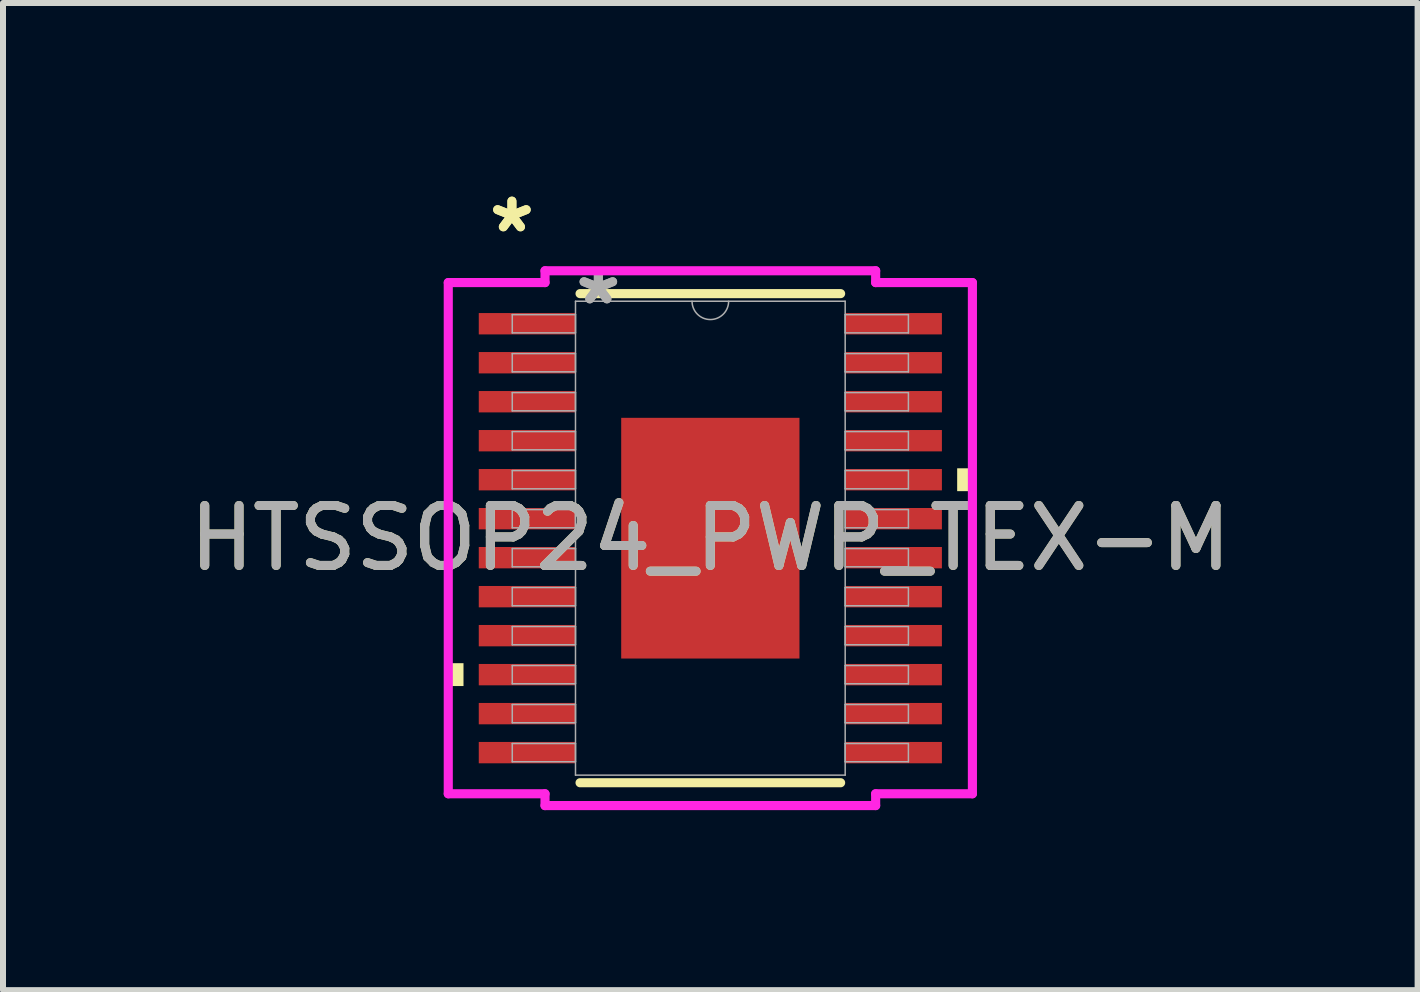
<source format=kicad_pcb>
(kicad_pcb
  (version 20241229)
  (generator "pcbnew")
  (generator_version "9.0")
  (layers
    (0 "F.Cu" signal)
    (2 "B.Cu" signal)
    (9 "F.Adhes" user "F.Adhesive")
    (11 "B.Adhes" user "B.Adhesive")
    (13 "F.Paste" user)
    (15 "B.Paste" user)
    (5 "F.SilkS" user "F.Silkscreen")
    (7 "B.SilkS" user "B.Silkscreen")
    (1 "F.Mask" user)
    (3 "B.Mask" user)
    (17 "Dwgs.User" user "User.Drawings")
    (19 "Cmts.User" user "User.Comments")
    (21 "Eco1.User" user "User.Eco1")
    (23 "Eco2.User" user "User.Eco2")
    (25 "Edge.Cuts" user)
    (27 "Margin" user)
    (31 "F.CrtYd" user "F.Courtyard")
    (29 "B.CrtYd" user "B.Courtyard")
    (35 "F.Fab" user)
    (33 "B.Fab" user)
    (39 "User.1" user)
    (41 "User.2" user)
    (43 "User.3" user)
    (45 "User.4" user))
  (footprint "HTSSOP24_PWP_TEX-M"
    (layer "F.Cu")
    (at 8.792 5.922)
    (property "Reference" "HTSSOP24_PWP_TEX-M" (at 0 0 0) (unlocked yes) (layer "F.SilkS") (effects (font (size 1 1) (thickness 0.15))))
    (attr smd)
    (fp_line (start -2.172 4.077) (end 2.172 4.077) (stroke (width 0.152) (type solid)) (layer "F.SilkS"))
    (fp_line (start 2.172 -4.077) (end -2.172 -4.077) (stroke (width 0.152) (type solid)) (layer "F.SilkS"))
    (fp_poly (pts (xy -4.369 2.084) (xy -4.369 2.465) (xy -4.115 2.465) (xy -4.115 2.084)) (stroke (width 0) (type solid)) (fill yes) (layer "F.SilkS"))
    (fp_poly (pts (xy 4.369 -1.165) (xy 4.369 -0.784) (xy 4.115 -0.784) (xy 4.115 -1.165)) (stroke (width 0) (type solid)) (fill yes) (layer "F.SilkS"))
    (fp_poly (pts (xy -1.386 -1.907) (xy -1.386 -0.769) (xy -0.1 -0.769) (xy -0.1 -1.907)) (stroke (width 0) (type solid)) (fill yes) (layer "F.Paste"))
    (fp_poly (pts (xy -1.386 -0.569) (xy -1.386 0.569) (xy -0.1 0.569) (xy -0.1 -0.569)) (stroke (width 0) (type solid)) (fill yes) (layer "F.Paste"))
    (fp_poly (pts (xy -1.386 0.769) (xy -1.386 1.907) (xy -0.1 1.907) (xy -0.1 0.769)) (stroke (width 0) (type solid)) (fill yes) (layer "F.Paste"))
    (fp_poly (pts (xy 0.1 -1.907) (xy 0.1 -0.769) (xy 1.386 -0.769) (xy 1.386 -1.907)) (stroke (width 0) (type solid)) (fill yes) (layer "F.Paste"))
    (fp_poly (pts (xy 0.1 -0.569) (xy 0.1 0.569) (xy 1.386 0.569) (xy 1.386 -0.569)) (stroke (width 0) (type solid)) (fill yes) (layer "F.Paste"))
    (fp_poly (pts (xy 0.1 0.769) (xy 0.1 1.907) (xy 1.386 1.907) (xy 1.386 0.769)) (stroke (width 0) (type solid)) (fill yes) (layer "F.Paste"))
    (fp_line (start -4.369 -4.261) (end -2.756 -4.261) (stroke (width 0.152) (type solid)) (layer "F.CrtYd"))
    (fp_line (start -4.369 4.261) (end -4.369 -4.261) (stroke (width 0.152) (type solid)) (layer "F.CrtYd"))
    (fp_line (start -4.369 4.261) (end -2.756 4.261) (stroke (width 0.152) (type solid)) (layer "F.CrtYd"))
    (fp_line (start -2.756 -4.458) (end 2.756 -4.458) (stroke (width 0.152) (type solid)) (layer "F.CrtYd"))
    (fp_line (start -2.756 -4.261) (end -2.756 -4.458) (stroke (width 0.152) (type solid)) (layer "F.CrtYd"))
    (fp_line (start -2.756 4.458) (end -2.756 4.261) (stroke (width 0.152) (type solid)) (layer "F.CrtYd"))
    (fp_line (start 2.756 -4.458) (end 2.756 -4.261) (stroke (width 0.152) (type solid)) (layer "F.CrtYd"))
    (fp_line (start 2.756 4.261) (end 2.756 4.458) (stroke (width 0.152) (type solid)) (layer "F.CrtYd"))
    (fp_line (start 2.756 4.458) (end -2.756 4.458) (stroke (width 0.152) (type solid)) (layer "F.CrtYd"))
    (fp_line (start 4.369 -4.261) (end 2.756 -4.261) (stroke (width 0.152) (type solid)) (layer "F.CrtYd"))
    (fp_line (start 4.369 -4.261) (end 4.369 4.261) (stroke (width 0.152) (type solid)) (layer "F.CrtYd"))
    (fp_line (start 4.369 4.261) (end 2.756 4.261) (stroke (width 0.152) (type solid)) (layer "F.CrtYd"))
    (fp_line (start -3.302 -3.727) (end -3.302 -3.423) (stroke (width 0.025) (type solid)) (layer "F.Fab"))
    (fp_line (start -3.302 -3.423) (end -2.248 -3.423) (stroke (width 0.025) (type solid)) (layer "F.Fab"))
    (fp_line (start -3.302 -3.077) (end -3.302 -2.773) (stroke (width 0.025) (type solid)) (layer "F.Fab"))
    (fp_line (start -3.302 -2.773) (end -2.248 -2.773) (stroke (width 0.025) (type solid)) (layer "F.Fab"))
    (fp_line (start -3.302 -2.427) (end -3.302 -2.123) (stroke (width 0.025) (type solid)) (layer "F.Fab"))
    (fp_line (start -3.302 -2.123) (end -2.248 -2.123) (stroke (width 0.025) (type solid)) (layer "F.Fab"))
    (fp_line (start -3.302 -1.777) (end -3.302 -1.473) (stroke (width 0.025) (type solid)) (layer "F.Fab"))
    (fp_line (start -3.302 -1.473) (end -2.248 -1.473) (stroke (width 0.025) (type solid)) (layer "F.Fab"))
    (fp_line (start -3.302 -1.127) (end -3.302 -0.823) (stroke (width 0.025) (type solid)) (layer "F.Fab"))
    (fp_line (start -3.302 -0.823) (end -2.248 -0.823) (stroke (width 0.025) (type solid)) (layer "F.Fab"))
    (fp_line (start -3.302 -0.477) (end -3.302 -0.173) (stroke (width 0.025) (type solid)) (layer "F.Fab"))
    (fp_line (start -3.302 -0.173) (end -2.248 -0.173) (stroke (width 0.025) (type solid)) (layer "F.Fab"))
    (fp_line (start -3.302 0.173) (end -3.302 0.477) (stroke (width 0.025) (type solid)) (layer "F.Fab"))
    (fp_line (start -3.302 0.477) (end -2.248 0.477) (stroke (width 0.025) (type solid)) (layer "F.Fab"))
    (fp_line (start -3.302 0.823) (end -3.302 1.127) (stroke (width 0.025) (type solid)) (layer "F.Fab"))
    (fp_line (start -3.302 1.127) (end -2.248 1.127) (stroke (width 0.025) (type solid)) (layer "F.Fab"))
    (fp_line (start -3.302 1.473) (end -3.302 1.777) (stroke (width 0.025) (type solid)) (layer "F.Fab"))
    (fp_line (start -3.302 1.777) (end -2.248 1.777) (stroke (width 0.025) (type solid)) (layer "F.Fab"))
    (fp_line (start -3.302 2.123) (end -3.302 2.427) (stroke (width 0.025) (type solid)) (layer "F.Fab"))
    (fp_line (start -3.302 2.427) (end -2.248 2.427) (stroke (width 0.025) (type solid)) (layer "F.Fab"))
    (fp_line (start -3.302 2.773) (end -3.302 3.077) (stroke (width 0.025) (type solid)) (layer "F.Fab"))
    (fp_line (start -3.302 3.077) (end -2.248 3.077) (stroke (width 0.025) (type solid)) (layer "F.Fab"))
    (fp_line (start -3.302 3.423) (end -3.302 3.727) (stroke (width 0.025) (type solid)) (layer "F.Fab"))
    (fp_line (start -3.302 3.727) (end -2.248 3.727) (stroke (width 0.025) (type solid)) (layer "F.Fab"))
    (fp_line (start -2.248 -3.95) (end -2.248 3.95) (stroke (width 0.025) (type solid)) (layer "F.Fab"))
    (fp_line (start -2.248 -3.727) (end -3.302 -3.727) (stroke (width 0.025) (type solid)) (layer "F.Fab"))
    (fp_line (start -2.248 -3.423) (end -2.248 -3.727) (stroke (width 0.025) (type solid)) (layer "F.Fab"))
    (fp_line (start -2.248 -3.077) (end -3.302 -3.077) (stroke (width 0.025) (type solid)) (layer "F.Fab"))
    (fp_line (start -2.248 -2.773) (end -2.248 -3.077) (stroke (width 0.025) (type solid)) (layer "F.Fab"))
    (fp_line (start -2.248 -2.427) (end -3.302 -2.427) (stroke (width 0.025) (type solid)) (layer "F.Fab"))
    (fp_line (start -2.248 -2.123) (end -2.248 -2.427) (stroke (width 0.025) (type solid)) (layer "F.Fab"))
    (fp_line (start -2.248 -1.777) (end -3.302 -1.777) (stroke (width 0.025) (type solid)) (layer "F.Fab"))
    (fp_line (start -2.248 -1.473) (end -2.248 -1.777) (stroke (width 0.025) (type solid)) (layer "F.Fab"))
    (fp_line (start -2.248 -1.127) (end -3.302 -1.127) (stroke (width 0.025) (type solid)) (layer "F.Fab"))
    (fp_line (start -2.248 -0.823) (end -2.248 -1.127) (stroke (width 0.025) (type solid)) (layer "F.Fab"))
    (fp_line (start -2.248 -0.477) (end -3.302 -0.477) (stroke (width 0.025) (type solid)) (layer "F.Fab"))
    (fp_line (start -2.248 -0.173) (end -2.248 -0.477) (stroke (width 0.025) (type solid)) (layer "F.Fab"))
    (fp_line (start -2.248 0.173) (end -3.302 0.173) (stroke (width 0.025) (type solid)) (layer "F.Fab"))
    (fp_line (start -2.248 0.477) (end -2.248 0.173) (stroke (width 0.025) (type solid)) (layer "F.Fab"))
    (fp_line (start -2.248 0.823) (end -3.302 0.823) (stroke (width 0.025) (type solid)) (layer "F.Fab"))
    (fp_line (start -2.248 1.127) (end -2.248 0.823) (stroke (width 0.025) (type solid)) (layer "F.Fab"))
    (fp_line (start -2.248 1.473) (end -3.302 1.473) (stroke (width 0.025) (type solid)) (layer "F.Fab"))
    (fp_line (start -2.248 1.777) (end -2.248 1.473) (stroke (width 0.025) (type solid)) (layer "F.Fab"))
    (fp_line (start -2.248 2.123) (end -3.302 2.123) (stroke (width 0.025) (type solid)) (layer "F.Fab"))
    (fp_line (start -2.248 2.427) (end -2.248 2.123) (stroke (width 0.025) (type solid)) (layer "F.Fab"))
    (fp_line (start -2.248 2.773) (end -3.302 2.773) (stroke (width 0.025) (type solid)) (layer "F.Fab"))
    (fp_line (start -2.248 3.077) (end -2.248 2.773) (stroke (width 0.025) (type solid)) (layer "F.Fab"))
    (fp_line (start -2.248 3.423) (end -3.302 3.423) (stroke (width 0.025) (type solid)) (layer "F.Fab"))
    (fp_line (start -2.248 3.727) (end -2.248 3.423) (stroke (width 0.025) (type solid)) (layer "F.Fab"))
    (fp_line (start -2.248 3.95) (end 2.248 3.95) (stroke (width 0.025) (type solid)) (layer "F.Fab"))
    (fp_line (start 2.248 -3.95) (end -2.248 -3.95) (stroke (width 0.025) (type solid)) (layer "F.Fab"))
    (fp_line (start 2.248 -3.727) (end 2.248 -3.423) (stroke (width 0.025) (type solid)) (layer "F.Fab"))
    (fp_line (start 2.248 -3.423) (end 3.302 -3.423) (stroke (width 0.025) (type solid)) (layer "F.Fab"))
    (fp_line (start 2.248 -3.077) (end 2.248 -2.773) (stroke (width 0.025) (type solid)) (layer "F.Fab"))
    (fp_line (start 2.248 -2.773) (end 3.302 -2.773) (stroke (width 0.025) (type solid)) (layer "F.Fab"))
    (fp_line (start 2.248 -2.427) (end 2.248 -2.123) (stroke (width 0.025) (type solid)) (layer "F.Fab"))
    (fp_line (start 2.248 -2.123) (end 3.302 -2.123) (stroke (width 0.025) (type solid)) (layer "F.Fab"))
    (fp_line (start 2.248 -1.777) (end 2.248 -1.473) (stroke (width 0.025) (type solid)) (layer "F.Fab"))
    (fp_line (start 2.248 -1.473) (end 3.302 -1.473) (stroke (width 0.025) (type solid)) (layer "F.Fab"))
    (fp_line (start 2.248 -1.127) (end 2.248 -0.823) (stroke (width 0.025) (type solid)) (layer "F.Fab"))
    (fp_line (start 2.248 -0.823) (end 3.302 -0.823) (stroke (width 0.025) (type solid)) (layer "F.Fab"))
    (fp_line (start 2.248 -0.477) (end 2.248 -0.173) (stroke (width 0.025) (type solid)) (layer "F.Fab"))
    (fp_line (start 2.248 -0.173) (end 3.302 -0.173) (stroke (width 0.025) (type solid)) (layer "F.Fab"))
    (fp_line (start 2.248 0.173) (end 2.248 0.477) (stroke (width 0.025) (type solid)) (layer "F.Fab"))
    (fp_line (start 2.248 0.477) (end 3.302 0.477) (stroke (width 0.025) (type solid)) (layer "F.Fab"))
    (fp_line (start 2.248 0.823) (end 2.248 1.127) (stroke (width 0.025) (type solid)) (layer "F.Fab"))
    (fp_line (start 2.248 1.127) (end 3.302 1.127) (stroke (width 0.025) (type solid)) (layer "F.Fab"))
    (fp_line (start 2.248 1.473) (end 2.248 1.777) (stroke (width 0.025) (type solid)) (layer "F.Fab"))
    (fp_line (start 2.248 1.777) (end 3.302 1.777) (stroke (width 0.025) (type solid)) (layer "F.Fab"))
    (fp_line (start 2.248 2.123) (end 2.248 2.427) (stroke (width 0.025) (type solid)) (layer "F.Fab"))
    (fp_line (start 2.248 2.427) (end 3.302 2.427) (stroke (width 0.025) (type solid)) (layer "F.Fab"))
    (fp_line (start 2.248 2.773) (end 2.248 3.077) (stroke (width 0.025) (type solid)) (layer "F.Fab"))
    (fp_line (start 2.248 3.077) (end 3.302 3.077) (stroke (width 0.025) (type solid)) (layer "F.Fab"))
    (fp_line (start 2.248 3.423) (end 2.248 3.727) (stroke (width 0.025) (type solid)) (layer "F.Fab"))
    (fp_line (start 2.248 3.727) (end 3.302 3.727) (stroke (width 0.025) (type solid)) (layer "F.Fab"))
    (fp_line (start 2.248 3.95) (end 2.248 -3.95) (stroke (width 0.025) (type solid)) (layer "F.Fab"))
    (fp_line (start 3.302 -3.727) (end 2.248 -3.727) (stroke (width 0.025) (type solid)) (layer "F.Fab"))
    (fp_line (start 3.302 -3.423) (end 3.302 -3.727) (stroke (width 0.025) (type solid)) (layer "F.Fab"))
    (fp_line (start 3.302 -3.077) (end 2.248 -3.077) (stroke (width 0.025) (type solid)) (layer "F.Fab"))
    (fp_line (start 3.302 -2.773) (end 3.302 -3.077) (stroke (width 0.025) (type solid)) (layer "F.Fab"))
    (fp_line (start 3.302 -2.427) (end 2.248 -2.427) (stroke (width 0.025) (type solid)) (layer "F.Fab"))
    (fp_line (start 3.302 -2.123) (end 3.302 -2.427) (stroke (width 0.025) (type solid)) (layer "F.Fab"))
    (fp_line (start 3.302 -1.777) (end 2.248 -1.777) (stroke (width 0.025) (type solid)) (layer "F.Fab"))
    (fp_line (start 3.302 -1.473) (end 3.302 -1.777) (stroke (width 0.025) (type solid)) (layer "F.Fab"))
    (fp_line (start 3.302 -1.127) (end 2.248 -1.127) (stroke (width 0.025) (type solid)) (layer "F.Fab"))
    (fp_line (start 3.302 -0.823) (end 3.302 -1.127) (stroke (width 0.025) (type solid)) (layer "F.Fab"))
    (fp_line (start 3.302 -0.477) (end 2.248 -0.477) (stroke (width 0.025) (type solid)) (layer "F.Fab"))
    (fp_line (start 3.302 -0.173) (end 3.302 -0.477) (stroke (width 0.025) (type solid)) (layer "F.Fab"))
    (fp_line (start 3.302 0.173) (end 2.248 0.173) (stroke (width 0.025) (type solid)) (layer "F.Fab"))
    (fp_line (start 3.302 0.477) (end 3.302 0.173) (stroke (width 0.025) (type solid)) (layer "F.Fab"))
    (fp_line (start 3.302 0.823) (end 2.248 0.823) (stroke (width 0.025) (type solid)) (layer "F.Fab"))
    (fp_line (start 3.302 1.127) (end 3.302 0.823) (stroke (width 0.025) (type solid)) (layer "F.Fab"))
    (fp_line (start 3.302 1.473) (end 2.248 1.473) (stroke (width 0.025) (type solid)) (layer "F.Fab"))
    (fp_line (start 3.302 1.777) (end 3.302 1.473) (stroke (width 0.025) (type solid)) (layer "F.Fab"))
    (fp_line (start 3.302 2.123) (end 2.248 2.123) (stroke (width 0.025) (type solid)) (layer "F.Fab"))
    (fp_line (start 3.302 2.427) (end 3.302 2.123) (stroke (width 0.025) (type solid)) (layer "F.Fab"))
    (fp_line (start 3.302 2.773) (end 2.248 2.773) (stroke (width 0.025) (type solid)) (layer "F.Fab"))
    (fp_line (start 3.302 3.077) (end 3.302 2.773) (stroke (width 0.025) (type solid)) (layer "F.Fab"))
    (fp_line (start 3.302 3.423) (end 2.248 3.423) (stroke (width 0.025) (type solid)) (layer "F.Fab"))
    (fp_line (start 3.302 3.727) (end 3.302 3.423) (stroke (width 0.025) (type solid)) (layer "F.Fab"))
    (fp_arc (start 0.3048 -3.9497) (mid 0 -3.6449) (end -0.3048 -3.9497) (stroke (width 0.0254) (type solid)) (layer "F.Fab"))
    (fp_text user "*" (at -3.308 -5.074 0) (layer "F.SilkS") (effects (font (size 1 1) (thickness 0.15))))
    (fp_text user "*" (at -3.308 -5.074 0) (unlocked yes) (layer "F.SilkS") (effects (font (size 1 1) (thickness 0.15))))
    (fp_text user "*" (at -1.867 -3.873 0) (layer "F.Fab") (effects (font (size 1 1) (thickness 0.15))))
    (fp_text user "*" (at -1.867 -3.873 0) (unlocked yes) (layer "F.Fab") (effects (font (size 1 1) (thickness 0.15))))
    (fp_text user "${REFERENCE}" (at 0 0 0) (unlocked yes) (layer "F.Fab") (effects (font (size 1 1) (thickness 0.15))))
    (pad "1" smd rect (at -3.054 -3.575) (size 1.613 0.356) (layers "F.Cu" "F.Mask" "F.Paste"))
    (pad "2" smd rect (at -3.054 -2.925) (size 1.613 0.356) (layers "F.Cu" "F.Mask" "F.Paste"))
    (pad "3" smd rect (at -3.054 -2.275) (size 1.613 0.356) (layers "F.Cu" "F.Mask" "F.Paste"))
    (pad "4" smd rect (at -3.054 -1.625) (size 1.613 0.356) (layers "F.Cu" "F.Mask" "F.Paste"))
    (pad "5" smd rect (at -3.054 -0.975) (size 1.613 0.356) (layers "F.Cu" "F.Mask" "F.Paste"))
    (pad "6" smd rect (at -3.054 -0.325) (size 1.613 0.356) (layers "F.Cu" "F.Mask" "F.Paste"))
    (pad "7" smd rect (at -3.054 0.325) (size 1.613 0.356) (layers "F.Cu" "F.Mask" "F.Paste"))
    (pad "8" smd rect (at -3.054 0.975) (size 1.613 0.356) (layers "F.Cu" "F.Mask" "F.Paste"))
    (pad "9" smd rect (at -3.054 1.625) (size 1.613 0.356) (layers "F.Cu" "F.Mask" "F.Paste"))
    (pad "10" smd rect (at -3.054 2.275) (size 1.613 0.356) (layers "F.Cu" "F.Mask" "F.Paste"))
    (pad "11" smd rect (at -3.054 2.925) (size 1.613 0.356) (layers "F.Cu" "F.Mask" "F.Paste"))
    (pad "12" smd rect (at -3.054 3.575) (size 1.613 0.356) (layers "F.Cu" "F.Mask" "F.Paste"))
    (pad "13" smd rect (at 3.054 3.575) (size 1.613 0.356) (layers "F.Cu" "F.Mask" "F.Paste"))
    (pad "14" smd rect (at 3.054 2.925) (size 1.613 0.356) (layers "F.Cu" "F.Mask" "F.Paste"))
    (pad "15" smd rect (at 3.054 2.275) (size 1.613 0.356) (layers "F.Cu" "F.Mask" "F.Paste"))
    (pad "16" smd rect (at 3.054 1.625) (size 1.613 0.356) (layers "F.Cu" "F.Mask" "F.Paste"))
    (pad "17" smd rect (at 3.054 0.975) (size 1.613 0.356) (layers "F.Cu" "F.Mask" "F.Paste"))
    (pad "18" smd rect (at 3.054 0.325) (size 1.613 0.356) (layers "F.Cu" "F.Mask" "F.Paste"))
    (pad "19" smd rect (at 3.054 -0.325) (size 1.613 0.356) (layers "F.Cu" "F.Mask" "F.Paste"))
    (pad "20" smd rect (at 3.054 -0.975) (size 1.613 0.356) (layers "F.Cu" "F.Mask" "F.Paste"))
    (pad "21" smd rect (at 3.054 -1.625) (size 1.613 0.356) (layers "F.Cu" "F.Mask" "F.Paste"))
    (pad "22" smd rect (at 3.054 -2.275) (size 1.613 0.356) (layers "F.Cu" "F.Mask" "F.Paste"))
    (pad "23" smd rect (at 3.054 -2.925) (size 1.613 0.356) (layers "F.Cu" "F.Mask" "F.Paste"))
    (pad "24" smd rect (at 3.054 -3.575) (size 1.613 0.356) (layers "F.Cu" "F.Mask" "F.Paste"))
    (pad "EPAD" smd rect (at 0 0) (size 2.972 4.013) (layers "F.Cu" "F.Mask")))
  (gr_rect
    (start -3 -3)
    (end 20.583 13.456)
    (stroke (width 0.1) (type default))
    (fill no)
    (layer "Edge.Cuts")))
</source>
